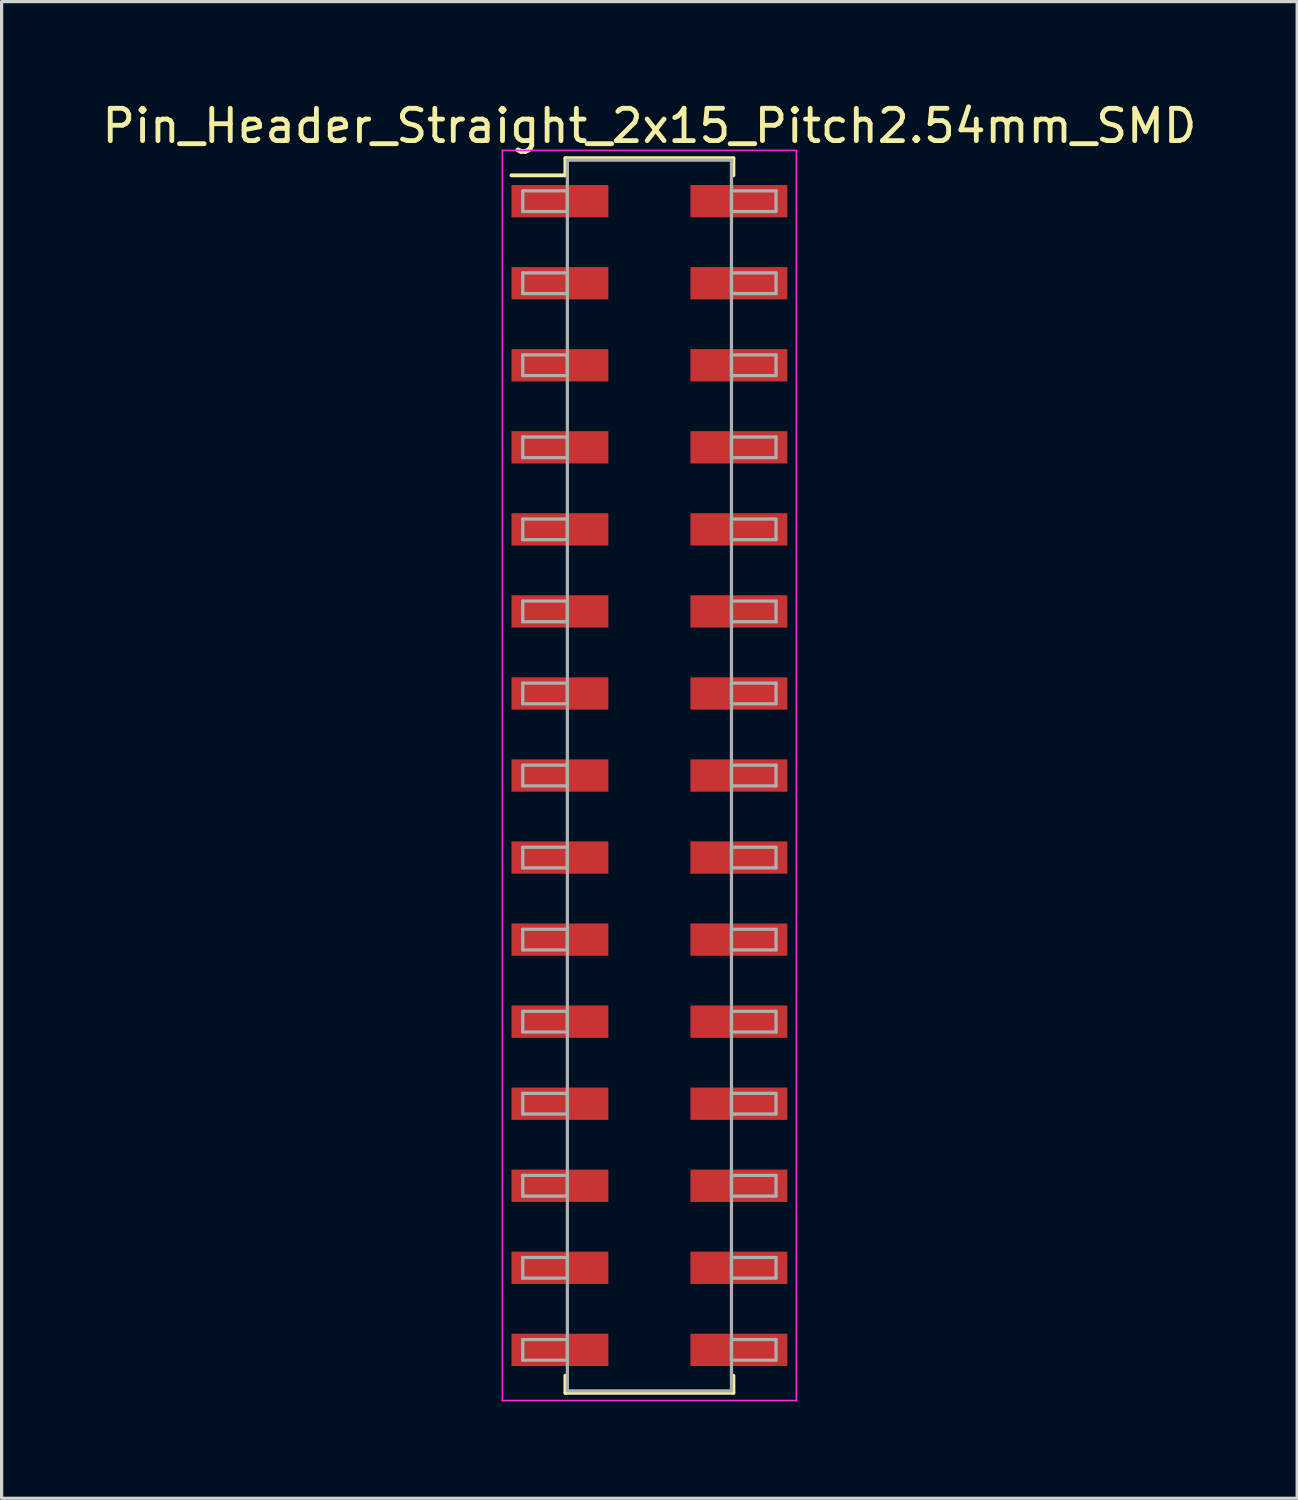
<source format=kicad_pcb>
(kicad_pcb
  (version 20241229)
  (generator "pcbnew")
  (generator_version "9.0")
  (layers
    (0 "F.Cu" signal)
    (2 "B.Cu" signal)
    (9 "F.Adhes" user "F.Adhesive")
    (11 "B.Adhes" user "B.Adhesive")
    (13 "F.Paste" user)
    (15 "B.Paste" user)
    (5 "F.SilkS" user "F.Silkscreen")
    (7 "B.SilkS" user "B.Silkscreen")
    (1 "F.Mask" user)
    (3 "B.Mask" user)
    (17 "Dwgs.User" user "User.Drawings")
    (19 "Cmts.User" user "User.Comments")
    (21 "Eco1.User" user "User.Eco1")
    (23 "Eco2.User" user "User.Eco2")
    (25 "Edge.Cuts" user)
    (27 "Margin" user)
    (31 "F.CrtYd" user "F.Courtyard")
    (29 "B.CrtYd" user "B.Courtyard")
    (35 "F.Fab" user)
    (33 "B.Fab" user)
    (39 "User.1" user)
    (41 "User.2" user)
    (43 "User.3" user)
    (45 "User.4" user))
  (footprint "Pin_Header_Straight_2x15_Pitch2.54mm_SMD"
    (layer "F.Cu")
    (at 17.054 20.958)
    (property "Reference" "Pin_Header_Straight_2x15_Pitch2.54mm_SMD" (at 0 -20.11 0) (layer "F.SilkS") (effects (font (size 1 1) (thickness 0.15))))
    (attr smd)
    (fp_line (start -4.27 -18.58) (end -2.6 -18.58) (stroke (width 0.12) (type solid)) (layer "F.SilkS"))
    (fp_line (start -2.6 -19.11) (end 2.6 -19.11) (stroke (width 0.12) (type solid)) (layer "F.SilkS"))
    (fp_line (start -2.6 -18.58) (end -2.6 -19.11) (stroke (width 0.12) (type solid)) (layer "F.SilkS"))
    (fp_line (start -2.6 18.58) (end -2.6 19.11) (stroke (width 0.12) (type solid)) (layer "F.SilkS"))
    (fp_line (start -2.6 19.11) (end 2.6 19.11) (stroke (width 0.12) (type solid)) (layer "F.SilkS"))
    (fp_line (start 2.6 -19.11) (end 2.6 -18.58) (stroke (width 0.12) (type solid)) (layer "F.SilkS"))
    (fp_line (start 2.6 19.11) (end 2.6 18.58) (stroke (width 0.12) (type solid)) (layer "F.SilkS"))
    (fp_line (start -4.55 -19.35) (end -4.55 19.35) (stroke (width 0.05) (type solid)) (layer "F.CrtYd"))
    (fp_line (start -4.55 19.35) (end 4.55 19.35) (stroke (width 0.05) (type solid)) (layer "F.CrtYd"))
    (fp_line (start 4.55 -19.35) (end -4.55 -19.35) (stroke (width 0.05) (type solid)) (layer "F.CrtYd"))
    (fp_line (start 4.55 19.35) (end 4.55 -19.35) (stroke (width 0.05) (type solid)) (layer "F.CrtYd"))
    (fp_line (start -3.92 -18.1) (end -2.54 -18.1) (stroke (width 0.1) (type solid)) (layer "F.Fab"))
    (fp_line (start -3.92 -17.46) (end -3.92 -18.1) (stroke (width 0.1) (type solid)) (layer "F.Fab"))
    (fp_line (start -3.92 -15.56) (end -2.54 -15.56) (stroke (width 0.1) (type solid)) (layer "F.Fab"))
    (fp_line (start -3.92 -14.92) (end -3.92 -15.56) (stroke (width 0.1) (type solid)) (layer "F.Fab"))
    (fp_line (start -3.92 -13.02) (end -2.54 -13.02) (stroke (width 0.1) (type solid)) (layer "F.Fab"))
    (fp_line (start -3.92 -12.38) (end -3.92 -13.02) (stroke (width 0.1) (type solid)) (layer "F.Fab"))
    (fp_line (start -3.92 -10.48) (end -2.54 -10.48) (stroke (width 0.1) (type solid)) (layer "F.Fab"))
    (fp_line (start -3.92 -9.84) (end -3.92 -10.48) (stroke (width 0.1) (type solid)) (layer "F.Fab"))
    (fp_line (start -3.92 -7.94) (end -2.54 -7.94) (stroke (width 0.1) (type solid)) (layer "F.Fab"))
    (fp_line (start -3.92 -7.3) (end -3.92 -7.94) (stroke (width 0.1) (type solid)) (layer "F.Fab"))
    (fp_line (start -3.92 -5.4) (end -2.54 -5.4) (stroke (width 0.1) (type solid)) (layer "F.Fab"))
    (fp_line (start -3.92 -4.76) (end -3.92 -5.4) (stroke (width 0.1) (type solid)) (layer "F.Fab"))
    (fp_line (start -3.92 -2.86) (end -2.54 -2.86) (stroke (width 0.1) (type solid)) (layer "F.Fab"))
    (fp_line (start -3.92 -2.22) (end -3.92 -2.86) (stroke (width 0.1) (type solid)) (layer "F.Fab"))
    (fp_line (start -3.92 -0.32) (end -2.54 -0.32) (stroke (width 0.1) (type solid)) (layer "F.Fab"))
    (fp_line (start -3.92 0.32) (end -3.92 -0.32) (stroke (width 0.1) (type solid)) (layer "F.Fab"))
    (fp_line (start -3.92 2.22) (end -2.54 2.22) (stroke (width 0.1) (type solid)) (layer "F.Fab"))
    (fp_line (start -3.92 2.86) (end -3.92 2.22) (stroke (width 0.1) (type solid)) (layer "F.Fab"))
    (fp_line (start -3.92 4.76) (end -2.54 4.76) (stroke (width 0.1) (type solid)) (layer "F.Fab"))
    (fp_line (start -3.92 5.4) (end -3.92 4.76) (stroke (width 0.1) (type solid)) (layer "F.Fab"))
    (fp_line (start -3.92 7.3) (end -2.54 7.3) (stroke (width 0.1) (type solid)) (layer "F.Fab"))
    (fp_line (start -3.92 7.94) (end -3.92 7.3) (stroke (width 0.1) (type solid)) (layer "F.Fab"))
    (fp_line (start -3.92 9.84) (end -2.54 9.84) (stroke (width 0.1) (type solid)) (layer "F.Fab"))
    (fp_line (start -3.92 10.48) (end -3.92 9.84) (stroke (width 0.1) (type solid)) (layer "F.Fab"))
    (fp_line (start -3.92 12.38) (end -2.54 12.38) (stroke (width 0.1) (type solid)) (layer "F.Fab"))
    (fp_line (start -3.92 13.02) (end -3.92 12.38) (stroke (width 0.1) (type solid)) (layer "F.Fab"))
    (fp_line (start -3.92 14.92) (end -2.54 14.92) (stroke (width 0.1) (type solid)) (layer "F.Fab"))
    (fp_line (start -3.92 15.56) (end -3.92 14.92) (stroke (width 0.1) (type solid)) (layer "F.Fab"))
    (fp_line (start -3.92 17.46) (end -2.54 17.46) (stroke (width 0.1) (type solid)) (layer "F.Fab"))
    (fp_line (start -3.92 18.1) (end -3.92 17.46) (stroke (width 0.1) (type solid)) (layer "F.Fab"))
    (fp_line (start -2.54 -19.05) (end -2.54 19.05) (stroke (width 0.1) (type solid)) (layer "F.Fab"))
    (fp_line (start -2.54 -18.1) (end -2.54 -17.46) (stroke (width 0.1) (type solid)) (layer "F.Fab"))
    (fp_line (start -2.54 -17.46) (end -3.92 -17.46) (stroke (width 0.1) (type solid)) (layer "F.Fab"))
    (fp_line (start -2.54 -15.56) (end -2.54 -14.92) (stroke (width 0.1) (type solid)) (layer "F.Fab"))
    (fp_line (start -2.54 -14.92) (end -3.92 -14.92) (stroke (width 0.1) (type solid)) (layer "F.Fab"))
    (fp_line (start -2.54 -13.02) (end -2.54 -12.38) (stroke (width 0.1) (type solid)) (layer "F.Fab"))
    (fp_line (start -2.54 -12.38) (end -3.92 -12.38) (stroke (width 0.1) (type solid)) (layer "F.Fab"))
    (fp_line (start -2.54 -10.48) (end -2.54 -9.84) (stroke (width 0.1) (type solid)) (layer "F.Fab"))
    (fp_line (start -2.54 -9.84) (end -3.92 -9.84) (stroke (width 0.1) (type solid)) (layer "F.Fab"))
    (fp_line (start -2.54 -7.94) (end -2.54 -7.3) (stroke (width 0.1) (type solid)) (layer "F.Fab"))
    (fp_line (start -2.54 -7.3) (end -3.92 -7.3) (stroke (width 0.1) (type solid)) (layer "F.Fab"))
    (fp_line (start -2.54 -5.4) (end -2.54 -4.76) (stroke (width 0.1) (type solid)) (layer "F.Fab"))
    (fp_line (start -2.54 -4.76) (end -3.92 -4.76) (stroke (width 0.1) (type solid)) (layer "F.Fab"))
    (fp_line (start -2.54 -2.86) (end -2.54 -2.22) (stroke (width 0.1) (type solid)) (layer "F.Fab"))
    (fp_line (start -2.54 -2.22) (end -3.92 -2.22) (stroke (width 0.1) (type solid)) (layer "F.Fab"))
    (fp_line (start -2.54 -0.32) (end -2.54 0.32) (stroke (width 0.1) (type solid)) (layer "F.Fab"))
    (fp_line (start -2.54 0.32) (end -3.92 0.32) (stroke (width 0.1) (type solid)) (layer "F.Fab"))
    (fp_line (start -2.54 2.22) (end -2.54 2.86) (stroke (width 0.1) (type solid)) (layer "F.Fab"))
    (fp_line (start -2.54 2.86) (end -3.92 2.86) (stroke (width 0.1) (type solid)) (layer "F.Fab"))
    (fp_line (start -2.54 4.76) (end -2.54 5.4) (stroke (width 0.1) (type solid)) (layer "F.Fab"))
    (fp_line (start -2.54 5.4) (end -3.92 5.4) (stroke (width 0.1) (type solid)) (layer "F.Fab"))
    (fp_line (start -2.54 7.3) (end -2.54 7.94) (stroke (width 0.1) (type solid)) (layer "F.Fab"))
    (fp_line (start -2.54 7.94) (end -3.92 7.94) (stroke (width 0.1) (type solid)) (layer "F.Fab"))
    (fp_line (start -2.54 9.84) (end -2.54 10.48) (stroke (width 0.1) (type solid)) (layer "F.Fab"))
    (fp_line (start -2.54 10.48) (end -3.92 10.48) (stroke (width 0.1) (type solid)) (layer "F.Fab"))
    (fp_line (start -2.54 12.38) (end -2.54 13.02) (stroke (width 0.1) (type solid)) (layer "F.Fab"))
    (fp_line (start -2.54 13.02) (end -3.92 13.02) (stroke (width 0.1) (type solid)) (layer "F.Fab"))
    (fp_line (start -2.54 14.92) (end -2.54 15.56) (stroke (width 0.1) (type solid)) (layer "F.Fab"))
    (fp_line (start -2.54 15.56) (end -3.92 15.56) (stroke (width 0.1) (type solid)) (layer "F.Fab"))
    (fp_line (start -2.54 17.46) (end -2.54 18.1) (stroke (width 0.1) (type solid)) (layer "F.Fab"))
    (fp_line (start -2.54 18.1) (end -3.92 18.1) (stroke (width 0.1) (type solid)) (layer "F.Fab"))
    (fp_line (start -2.54 19.05) (end 2.54 19.05) (stroke (width 0.1) (type solid)) (layer "F.Fab"))
    (fp_line (start 2.54 -19.05) (end -2.54 -19.05) (stroke (width 0.1) (type solid)) (layer "F.Fab"))
    (fp_line (start 2.54 -18.1) (end 2.54 -17.46) (stroke (width 0.1) (type solid)) (layer "F.Fab"))
    (fp_line (start 2.54 -17.46) (end 3.92 -17.46) (stroke (width 0.1) (type solid)) (layer "F.Fab"))
    (fp_line (start 2.54 -15.56) (end 2.54 -14.92) (stroke (width 0.1) (type solid)) (layer "F.Fab"))
    (fp_line (start 2.54 -14.92) (end 3.92 -14.92) (stroke (width 0.1) (type solid)) (layer "F.Fab"))
    (fp_line (start 2.54 -13.02) (end 2.54 -12.38) (stroke (width 0.1) (type solid)) (layer "F.Fab"))
    (fp_line (start 2.54 -12.38) (end 3.92 -12.38) (stroke (width 0.1) (type solid)) (layer "F.Fab"))
    (fp_line (start 2.54 -10.48) (end 2.54 -9.84) (stroke (width 0.1) (type solid)) (layer "F.Fab"))
    (fp_line (start 2.54 -9.84) (end 3.92 -9.84) (stroke (width 0.1) (type solid)) (layer "F.Fab"))
    (fp_line (start 2.54 -7.94) (end 2.54 -7.3) (stroke (width 0.1) (type solid)) (layer "F.Fab"))
    (fp_line (start 2.54 -7.3) (end 3.92 -7.3) (stroke (width 0.1) (type solid)) (layer "F.Fab"))
    (fp_line (start 2.54 -5.4) (end 2.54 -4.76) (stroke (width 0.1) (type solid)) (layer "F.Fab"))
    (fp_line (start 2.54 -4.76) (end 3.92 -4.76) (stroke (width 0.1) (type solid)) (layer "F.Fab"))
    (fp_line (start 2.54 -2.86) (end 2.54 -2.22) (stroke (width 0.1) (type solid)) (layer "F.Fab"))
    (fp_line (start 2.54 -2.22) (end 3.92 -2.22) (stroke (width 0.1) (type solid)) (layer "F.Fab"))
    (fp_line (start 2.54 -0.32) (end 2.54 0.32) (stroke (width 0.1) (type solid)) (layer "F.Fab"))
    (fp_line (start 2.54 0.32) (end 3.92 0.32) (stroke (width 0.1) (type solid)) (layer "F.Fab"))
    (fp_line (start 2.54 2.22) (end 2.54 2.86) (stroke (width 0.1) (type solid)) (layer "F.Fab"))
    (fp_line (start 2.54 2.86) (end 3.92 2.86) (stroke (width 0.1) (type solid)) (layer "F.Fab"))
    (fp_line (start 2.54 4.76) (end 2.54 5.4) (stroke (width 0.1) (type solid)) (layer "F.Fab"))
    (fp_line (start 2.54 5.4) (end 3.92 5.4) (stroke (width 0.1) (type solid)) (layer "F.Fab"))
    (fp_line (start 2.54 7.3) (end 2.54 7.94) (stroke (width 0.1) (type solid)) (layer "F.Fab"))
    (fp_line (start 2.54 7.94) (end 3.92 7.94) (stroke (width 0.1) (type solid)) (layer "F.Fab"))
    (fp_line (start 2.54 9.84) (end 2.54 10.48) (stroke (width 0.1) (type solid)) (layer "F.Fab"))
    (fp_line (start 2.54 10.48) (end 3.92 10.48) (stroke (width 0.1) (type solid)) (layer "F.Fab"))
    (fp_line (start 2.54 12.38) (end 2.54 13.02) (stroke (width 0.1) (type solid)) (layer "F.Fab"))
    (fp_line (start 2.54 13.02) (end 3.92 13.02) (stroke (width 0.1) (type solid)) (layer "F.Fab"))
    (fp_line (start 2.54 14.92) (end 2.54 15.56) (stroke (width 0.1) (type solid)) (layer "F.Fab"))
    (fp_line (start 2.54 15.56) (end 3.92 15.56) (stroke (width 0.1) (type solid)) (layer "F.Fab"))
    (fp_line (start 2.54 17.46) (end 2.54 18.1) (stroke (width 0.1) (type solid)) (layer "F.Fab"))
    (fp_line (start 2.54 18.1) (end 3.92 18.1) (stroke (width 0.1) (type solid)) (layer "F.Fab"))
    (fp_line (start 2.54 19.05) (end 2.54 -19.05) (stroke (width 0.1) (type solid)) (layer "F.Fab"))
    (fp_line (start 3.92 -18.1) (end 2.54 -18.1) (stroke (width 0.1) (type solid)) (layer "F.Fab"))
    (fp_line (start 3.92 -17.46) (end 3.92 -18.1) (stroke (width 0.1) (type solid)) (layer "F.Fab"))
    (fp_line (start 3.92 -15.56) (end 2.54 -15.56) (stroke (width 0.1) (type solid)) (layer "F.Fab"))
    (fp_line (start 3.92 -14.92) (end 3.92 -15.56) (stroke (width 0.1) (type solid)) (layer "F.Fab"))
    (fp_line (start 3.92 -13.02) (end 2.54 -13.02) (stroke (width 0.1) (type solid)) (layer "F.Fab"))
    (fp_line (start 3.92 -12.38) (end 3.92 -13.02) (stroke (width 0.1) (type solid)) (layer "F.Fab"))
    (fp_line (start 3.92 -10.48) (end 2.54 -10.48) (stroke (width 0.1) (type solid)) (layer "F.Fab"))
    (fp_line (start 3.92 -9.84) (end 3.92 -10.48) (stroke (width 0.1) (type solid)) (layer "F.Fab"))
    (fp_line (start 3.92 -7.94) (end 2.54 -7.94) (stroke (width 0.1) (type solid)) (layer "F.Fab"))
    (fp_line (start 3.92 -7.3) (end 3.92 -7.94) (stroke (width 0.1) (type solid)) (layer "F.Fab"))
    (fp_line (start 3.92 -5.4) (end 2.54 -5.4) (stroke (width 0.1) (type solid)) (layer "F.Fab"))
    (fp_line (start 3.92 -4.76) (end 3.92 -5.4) (stroke (width 0.1) (type solid)) (layer "F.Fab"))
    (fp_line (start 3.92 -2.86) (end 2.54 -2.86) (stroke (width 0.1) (type solid)) (layer "F.Fab"))
    (fp_line (start 3.92 -2.22) (end 3.92 -2.86) (stroke (width 0.1) (type solid)) (layer "F.Fab"))
    (fp_line (start 3.92 -0.32) (end 2.54 -0.32) (stroke (width 0.1) (type solid)) (layer "F.Fab"))
    (fp_line (start 3.92 0.32) (end 3.92 -0.32) (stroke (width 0.1) (type solid)) (layer "F.Fab"))
    (fp_line (start 3.92 2.22) (end 2.54 2.22) (stroke (width 0.1) (type solid)) (layer "F.Fab"))
    (fp_line (start 3.92 2.86) (end 3.92 2.22) (stroke (width 0.1) (type solid)) (layer "F.Fab"))
    (fp_line (start 3.92 4.76) (end 2.54 4.76) (stroke (width 0.1) (type solid)) (layer "F.Fab"))
    (fp_line (start 3.92 5.4) (end 3.92 4.76) (stroke (width 0.1) (type solid)) (layer "F.Fab"))
    (fp_line (start 3.92 7.3) (end 2.54 7.3) (stroke (width 0.1) (type solid)) (layer "F.Fab"))
    (fp_line (start 3.92 7.94) (end 3.92 7.3) (stroke (width 0.1) (type solid)) (layer "F.Fab"))
    (fp_line (start 3.92 9.84) (end 2.54 9.84) (stroke (width 0.1) (type solid)) (layer "F.Fab"))
    (fp_line (start 3.92 10.48) (end 3.92 9.84) (stroke (width 0.1) (type solid)) (layer "F.Fab"))
    (fp_line (start 3.92 12.38) (end 2.54 12.38) (stroke (width 0.1) (type solid)) (layer "F.Fab"))
    (fp_line (start 3.92 13.02) (end 3.92 12.38) (stroke (width 0.1) (type solid)) (layer "F.Fab"))
    (fp_line (start 3.92 14.92) (end 2.54 14.92) (stroke (width 0.1) (type solid)) (layer "F.Fab"))
    (fp_line (start 3.92 15.56) (end 3.92 14.92) (stroke (width 0.1) (type solid)) (layer "F.Fab"))
    (fp_line (start 3.92 17.46) (end 2.54 17.46) (stroke (width 0.1) (type solid)) (layer "F.Fab"))
    (fp_line (start 3.92 18.1) (end 3.92 17.46) (stroke (width 0.1) (type solid)) (layer "F.Fab"))
    (pad "1" smd rect (at -2.77 -17.78) (size 3 1) (layers "F.Cu" "F.Mask"))
    (pad "2" smd rect (at 2.77 -17.78) (size 3 1) (layers "F.Cu" "F.Mask"))
    (pad "3" smd rect (at -2.77 -15.24) (size 3 1) (layers "F.Cu" "F.Mask"))
    (pad "4" smd rect (at 2.77 -15.24) (size 3 1) (layers "F.Cu" "F.Mask"))
    (pad "5" smd rect (at -2.77 -12.7) (size 3 1) (layers "F.Cu" "F.Mask"))
    (pad "6" smd rect (at 2.77 -12.7) (size 3 1) (layers "F.Cu" "F.Mask"))
    (pad "7" smd rect (at -2.77 -10.16) (size 3 1) (layers "F.Cu" "F.Mask"))
    (pad "8" smd rect (at 2.77 -10.16) (size 3 1) (layers "F.Cu" "F.Mask"))
    (pad "9" smd rect (at -2.77 -7.62) (size 3 1) (layers "F.Cu" "F.Mask"))
    (pad "10" smd rect (at 2.77 -7.62) (size 3 1) (layers "F.Cu" "F.Mask"))
    (pad "11" smd rect (at -2.77 -5.08) (size 3 1) (layers "F.Cu" "F.Mask"))
    (pad "12" smd rect (at 2.77 -5.08) (size 3 1) (layers "F.Cu" "F.Mask"))
    (pad "13" smd rect (at -2.77 -2.54) (size 3 1) (layers "F.Cu" "F.Mask"))
    (pad "14" smd rect (at 2.77 -2.54) (size 3 1) (layers "F.Cu" "F.Mask"))
    (pad "15" smd rect (at -2.77 0) (size 3 1) (layers "F.Cu" "F.Mask"))
    (pad "16" smd rect (at 2.77 0) (size 3 1) (layers "F.Cu" "F.Mask"))
    (pad "17" smd rect (at -2.77 2.54) (size 3 1) (layers "F.Cu" "F.Mask"))
    (pad "18" smd rect (at 2.77 2.54) (size 3 1) (layers "F.Cu" "F.Mask"))
    (pad "19" smd rect (at -2.77 5.08) (size 3 1) (layers "F.Cu" "F.Mask"))
    (pad "20" smd rect (at 2.77 5.08) (size 3 1) (layers "F.Cu" "F.Mask"))
    (pad "21" smd rect (at -2.77 7.62) (size 3 1) (layers "F.Cu" "F.Mask"))
    (pad "22" smd rect (at 2.77 7.62) (size 3 1) (layers "F.Cu" "F.Mask"))
    (pad "23" smd rect (at -2.77 10.16) (size 3 1) (layers "F.Cu" "F.Mask"))
    (pad "24" smd rect (at 2.77 10.16) (size 3 1) (layers "F.Cu" "F.Mask"))
    (pad "25" smd rect (at -2.77 12.7) (size 3 1) (layers "F.Cu" "F.Mask"))
    (pad "26" smd rect (at 2.77 12.7) (size 3 1) (layers "F.Cu" "F.Mask"))
    (pad "27" smd rect (at -2.77 15.24) (size 3 1) (layers "F.Cu" "F.Mask"))
    (pad "28" smd rect (at 2.77 15.24) (size 3 1) (layers "F.Cu" "F.Mask"))
    (pad "29" smd rect (at -2.77 17.78) (size 3 1) (layers "F.Cu" "F.Mask"))
    (pad "30" smd rect (at 2.77 17.78) (size 3 1) (layers "F.Cu" "F.Mask")))
  (gr_rect
    (start -3 -3)
    (end 37.107 43.333)
    (stroke (width 0.1) (type default))
    (fill no)
    (layer "Edge.Cuts")))
</source>
